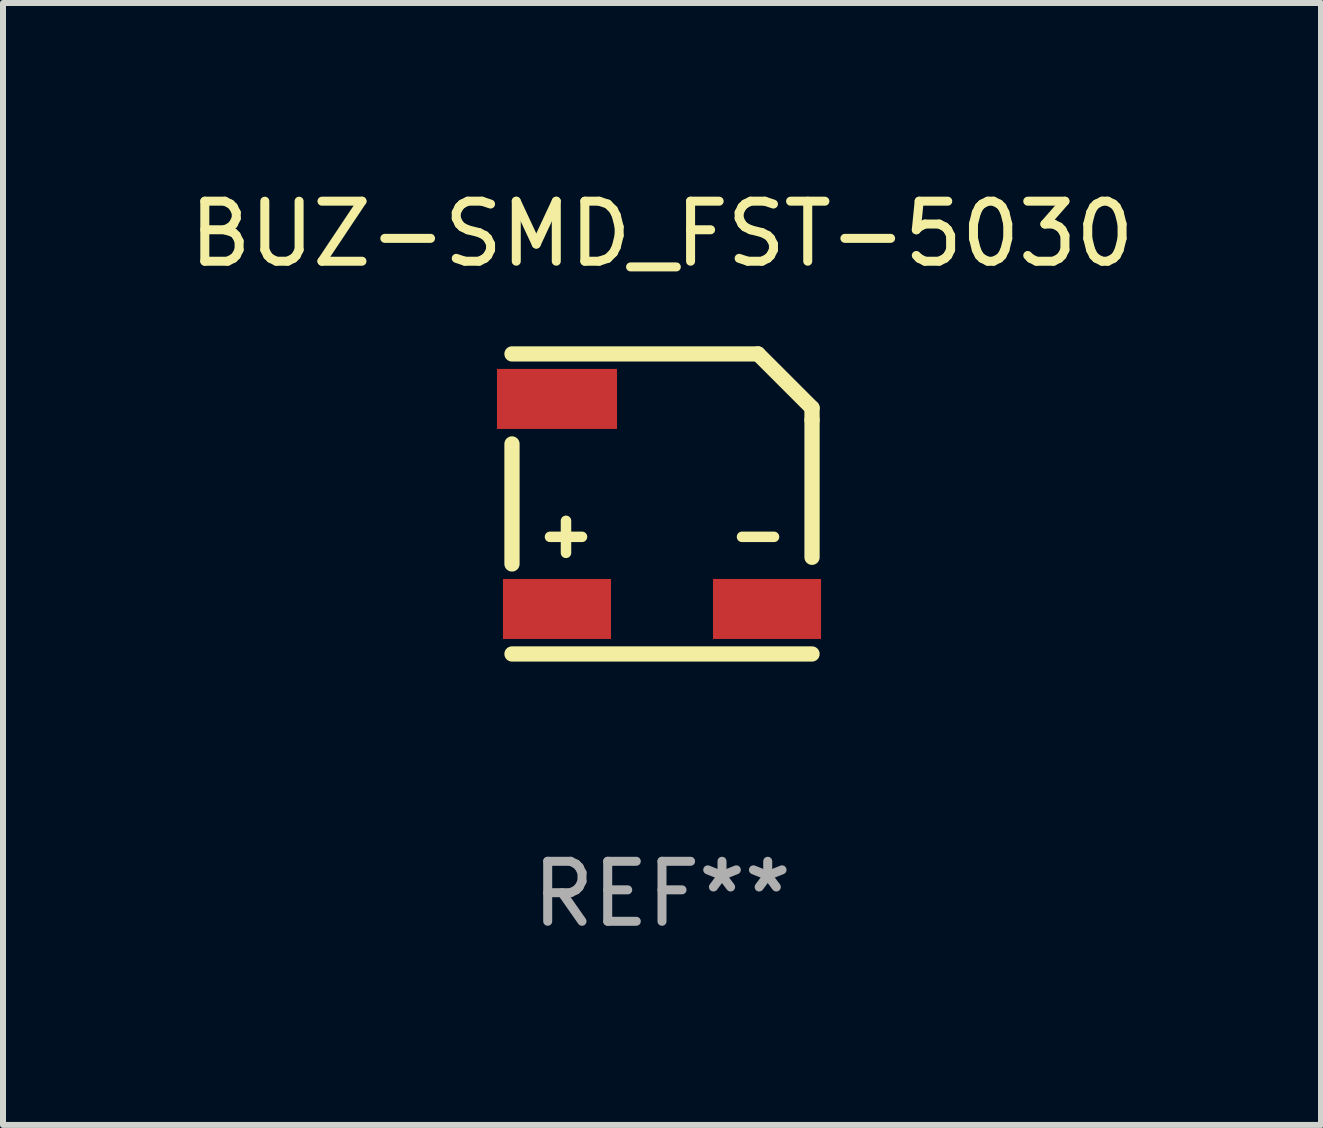
<source format=kicad_pcb>
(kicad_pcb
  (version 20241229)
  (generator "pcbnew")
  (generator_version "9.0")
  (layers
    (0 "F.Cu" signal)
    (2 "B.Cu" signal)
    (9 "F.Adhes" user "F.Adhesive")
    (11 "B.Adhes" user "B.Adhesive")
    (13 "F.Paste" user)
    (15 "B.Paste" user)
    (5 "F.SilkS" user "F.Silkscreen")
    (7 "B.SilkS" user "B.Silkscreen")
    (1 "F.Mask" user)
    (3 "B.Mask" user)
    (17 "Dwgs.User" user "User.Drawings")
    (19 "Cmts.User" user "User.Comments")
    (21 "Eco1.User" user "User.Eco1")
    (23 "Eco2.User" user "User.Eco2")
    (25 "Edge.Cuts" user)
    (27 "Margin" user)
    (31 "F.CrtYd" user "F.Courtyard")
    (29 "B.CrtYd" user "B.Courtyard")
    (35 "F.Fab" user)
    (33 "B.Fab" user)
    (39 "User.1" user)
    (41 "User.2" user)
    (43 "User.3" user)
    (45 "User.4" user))
  (footprint "BUZ-SMD_FST-5030"
    (layer "F.Cu")
    (at 7.982 5.348)
    (property "Reference" "BUZ-SMD_FST-5030" (at 0 -4.5 0) (layer "F.SilkS") (effects (font (size 1 1) (thickness 0.15))))
    (attr smd)
    (fp_line (start -2.5 -1) (end -2.5 1) (stroke (width 0.254) (type solid)) (layer "F.SilkS"))
    (fp_line (start -2.5 2.5) (end 2.5 2.5) (stroke (width 0.254) (type solid)) (layer "F.SilkS"))
    (fp_line (start 1.6 -2.5) (end -2.5 -2.5) (stroke (width 0.254) (type solid)) (layer "F.SilkS"))
    (fp_line (start 2.5 -1.6) (end 1.6 -2.5) (stroke (width 0.254) (type solid)) (layer "F.SilkS"))
    (fp_line (start 2.5 -1.397) (end 2.5 -1.6) (stroke (width 0.254) (type solid)) (layer "F.SilkS"))
    (fp_line (start 2.5 0.889) (end 2.5 -1.397) (stroke (width 0.254) (type solid)) (layer "F.SilkS"))
    (fp_circle (center -2.5 2.5) (end -2.47 2.5) (stroke (width 0.06) (type solid)) (fill no) (layer "F.SilkS"))
    (fp_text user "-" (at 1.6 0.5 0) (unlocked yes) (layer "F.SilkS") (effects (font (size 0.7 0.7) (thickness 0.175) (bold yes))))
    (fp_text user "+" (at -1.6 0.5 0) (unlocked yes) (layer "F.SilkS") (effects (font (size 0.7 0.7) (thickness 0.175) (bold yes))))
    (fp_text user "REF**" (at 0 6.5 0) (layer "F.Fab") (effects (font (size 1 1) (thickness 0.15))))
    (pad "1" smd rect (at -1.75 1.75) (size 1.8 1) (layers "F.Cu" "F.Mask" "F.Paste"))
    (pad "2" smd rect (at 1.75 1.75) (size 1.8 1) (layers "F.Cu" "F.Mask" "F.Paste"))
    (pad "3" smd rect (at -1.75 -1.75) (size 2 1) (layers "F.Cu" "F.Mask" "F.Paste")))
  (gr_rect
    (start -3 -3)
    (end 18.964 15.697)
    (stroke (width 0.1) (type default))
    (fill no)
    (layer "Edge.Cuts")))
</source>
